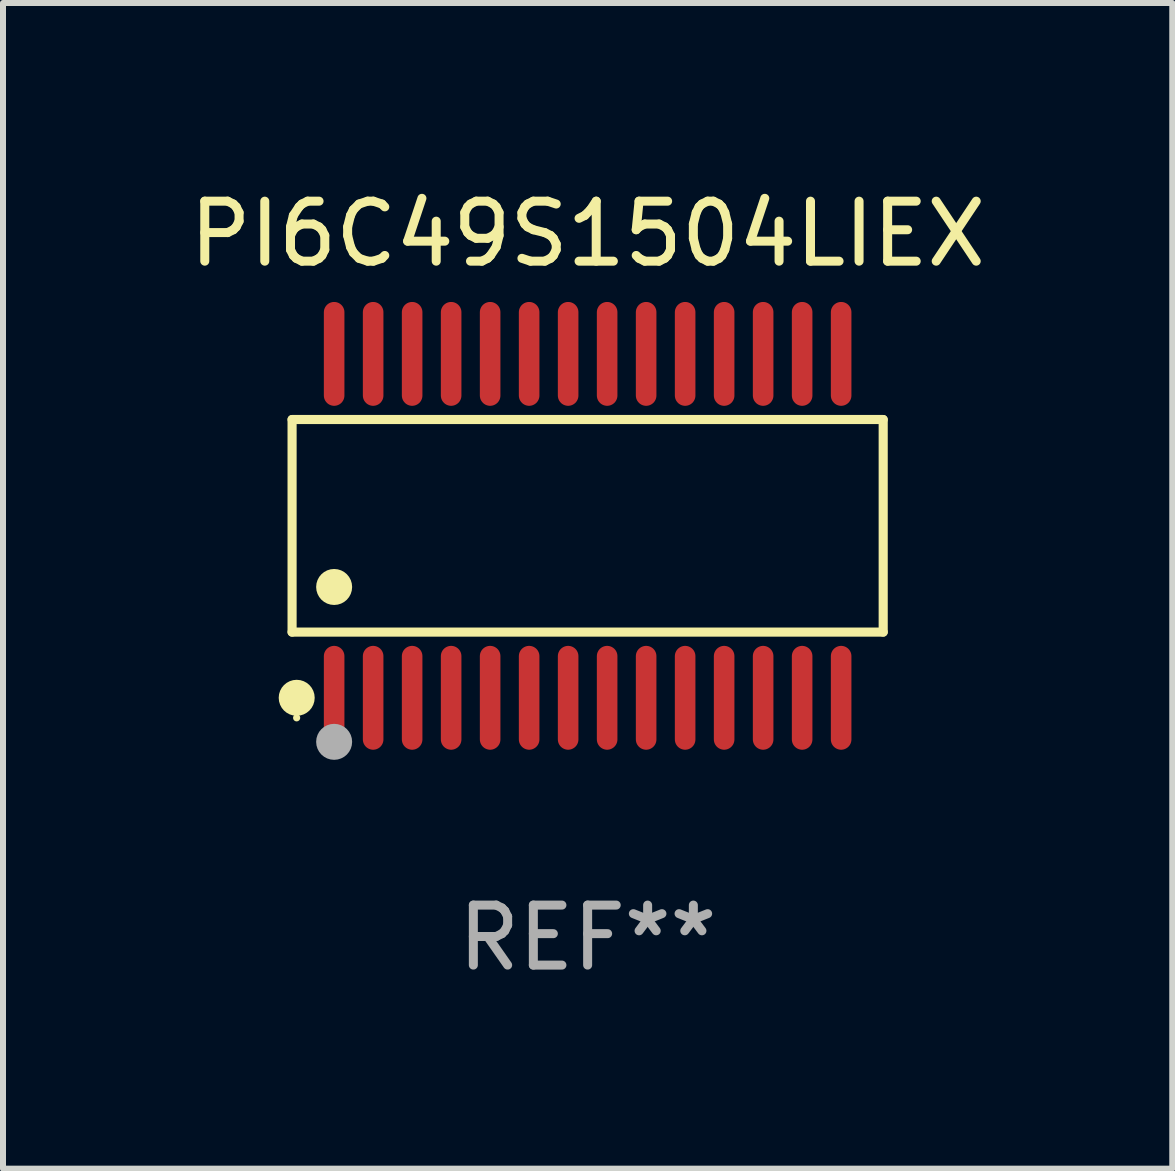
<source format=kicad_pcb>
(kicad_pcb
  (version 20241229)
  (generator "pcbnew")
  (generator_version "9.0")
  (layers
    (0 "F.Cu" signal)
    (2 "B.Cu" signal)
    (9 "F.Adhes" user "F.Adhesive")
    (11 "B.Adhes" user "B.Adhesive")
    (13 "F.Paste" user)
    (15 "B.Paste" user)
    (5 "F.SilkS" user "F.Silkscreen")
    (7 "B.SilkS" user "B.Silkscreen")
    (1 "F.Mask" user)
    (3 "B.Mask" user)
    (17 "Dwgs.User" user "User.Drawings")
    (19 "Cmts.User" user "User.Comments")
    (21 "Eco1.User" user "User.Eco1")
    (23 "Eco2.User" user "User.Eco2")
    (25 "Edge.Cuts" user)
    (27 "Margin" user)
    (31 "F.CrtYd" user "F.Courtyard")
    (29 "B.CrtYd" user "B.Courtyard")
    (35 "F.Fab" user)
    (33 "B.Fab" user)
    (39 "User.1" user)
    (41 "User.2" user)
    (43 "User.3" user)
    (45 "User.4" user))
  (footprint "PI6C49S1504LIEX"
    (layer "F.Cu")
    (at 6.744 5.714)
    (property "Reference" "PI6C49S1504LIEX" (at 0 -4.866 0) (layer "F.SilkS") (effects (font (size 1 1) (thickness 0.15))))
    (attr through_hole)
    (fp_line (start -4.926 -1.772) (end 4.926 -1.772) (stroke (width 0.152) (type solid)) (layer "F.SilkS"))
    (fp_line (start -4.926 1.771) (end -4.926 -1.772) (stroke (width 0.152) (type solid)) (layer "F.SilkS"))
    (fp_line (start 4.926 -1.772) (end 4.926 1.771) (stroke (width 0.152) (type solid)) (layer "F.SilkS"))
    (fp_line (start 4.926 1.771) (end -4.926 1.771) (stroke (width 0.152) (type solid)) (layer "F.SilkS"))
    (fp_circle (center -4.85 3.2) (end -4.82 3.2) (stroke (width 0.06) (type solid)) (fill no) (layer "F.SilkS"))
    (fp_circle (center -4.849 2.866) (end -4.699 2.866) (stroke (width 0.3) (type solid)) (fill no) (layer "F.SilkS"))
    (fp_circle (center -4.225 1.019) (end -4.075 1.019) (stroke (width 0.3) (type solid)) (fill no) (layer "F.SilkS"))
    (fp_circle (center -4.225 3.6) (end -4.075 3.6) (stroke (width 0.3) (type solid)) (fill no) (layer "F.Fab"))
    (fp_text user "REF**" (at 0 6.866 0) (layer "F.Fab") (effects (font (size 1 1) (thickness 0.15))))
    (pad "1" smd oval (at -4.225 2.866) (size 0.343 1.731) (layers "F.Cu" "F.Mask" "F.Paste"))
    (pad "2" smd oval (at -3.575 2.866) (size 0.343 1.731) (layers "F.Cu" "F.Mask" "F.Paste"))
    (pad "3" smd oval (at -2.925 2.866) (size 0.343 1.731) (layers "F.Cu" "F.Mask" "F.Paste"))
    (pad "4" smd oval (at -2.275 2.866) (size 0.343 1.731) (layers "F.Cu" "F.Mask" "F.Paste"))
    (pad "5" smd oval (at -1.625 2.866) (size 0.343 1.731) (layers "F.Cu" "F.Mask" "F.Paste"))
    (pad "6" smd oval (at -0.975 2.866) (size 0.343 1.731) (layers "F.Cu" "F.Mask" "F.Paste"))
    (pad "7" smd oval (at -0.325 2.866) (size 0.343 1.731) (layers "F.Cu" "F.Mask" "F.Paste"))
    (pad "8" smd oval (at 0.325 2.866) (size 0.343 1.731) (layers "F.Cu" "F.Mask" "F.Paste"))
    (pad "9" smd oval (at 0.975 2.866) (size 0.343 1.731) (layers "F.Cu" "F.Mask" "F.Paste"))
    (pad "10" smd oval (at 1.625 2.866) (size 0.343 1.731) (layers "F.Cu" "F.Mask" "F.Paste"))
    (pad "11" smd oval (at 2.275 2.866) (size 0.343 1.731) (layers "F.Cu" "F.Mask" "F.Paste"))
    (pad "12" smd oval (at 2.925 2.866) (size 0.343 1.731) (layers "F.Cu" "F.Mask" "F.Paste"))
    (pad "13" smd oval (at 3.575 2.866) (size 0.343 1.731) (layers "F.Cu" "F.Mask" "F.Paste"))
    (pad "14" smd oval (at 4.225 2.866) (size 0.343 1.731) (layers "F.Cu" "F.Mask" "F.Paste"))
    (pad "15" smd oval (at 4.225 -2.866) (size 0.343 1.731) (layers "F.Cu" "F.Mask" "F.Paste"))
    (pad "16" smd oval (at 3.575 -2.866) (size 0.343 1.731) (layers "F.Cu" "F.Mask" "F.Paste"))
    (pad "17" smd oval (at 2.925 -2.866) (size 0.343 1.731) (layers "F.Cu" "F.Mask" "F.Paste"))
    (pad "18" smd oval (at 2.275 -2.866) (size 0.343 1.731) (layers "F.Cu" "F.Mask" "F.Paste"))
    (pad "19" smd oval (at 1.625 -2.866) (size 0.343 1.731) (layers "F.Cu" "F.Mask" "F.Paste"))
    (pad "20" smd oval (at 0.975 -2.866) (size 0.343 1.731) (layers "F.Cu" "F.Mask" "F.Paste"))
    (pad "21" smd oval (at 0.325 -2.866) (size 0.343 1.731) (layers "F.Cu" "F.Mask" "F.Paste"))
    (pad "22" smd oval (at -0.325 -2.866) (size 0.343 1.731) (layers "F.Cu" "F.Mask" "F.Paste"))
    (pad "23" smd oval (at -0.975 -2.866) (size 0.343 1.731) (layers "F.Cu" "F.Mask" "F.Paste"))
    (pad "24" smd oval (at -1.625 -2.866) (size 0.343 1.731) (layers "F.Cu" "F.Mask" "F.Paste"))
    (pad "25" smd oval (at -2.275 -2.866) (size 0.343 1.731) (layers "F.Cu" "F.Mask" "F.Paste"))
    (pad "26" smd oval (at -2.925 -2.866) (size 0.343 1.731) (layers "F.Cu" "F.Mask" "F.Paste"))
    (pad "27" smd oval (at -3.575 -2.866) (size 0.343 1.731) (layers "F.Cu" "F.Mask" "F.Paste"))
    (pad "28" smd oval (at -4.225 -2.866) (size 0.343 1.731) (layers "F.Cu" "F.Mask" "F.Paste")))
  (gr_rect
    (start -3 -3)
    (end 16.488 16.428)
    (stroke (width 0.1) (type default))
    (fill no)
    (layer "Edge.Cuts")))
</source>
